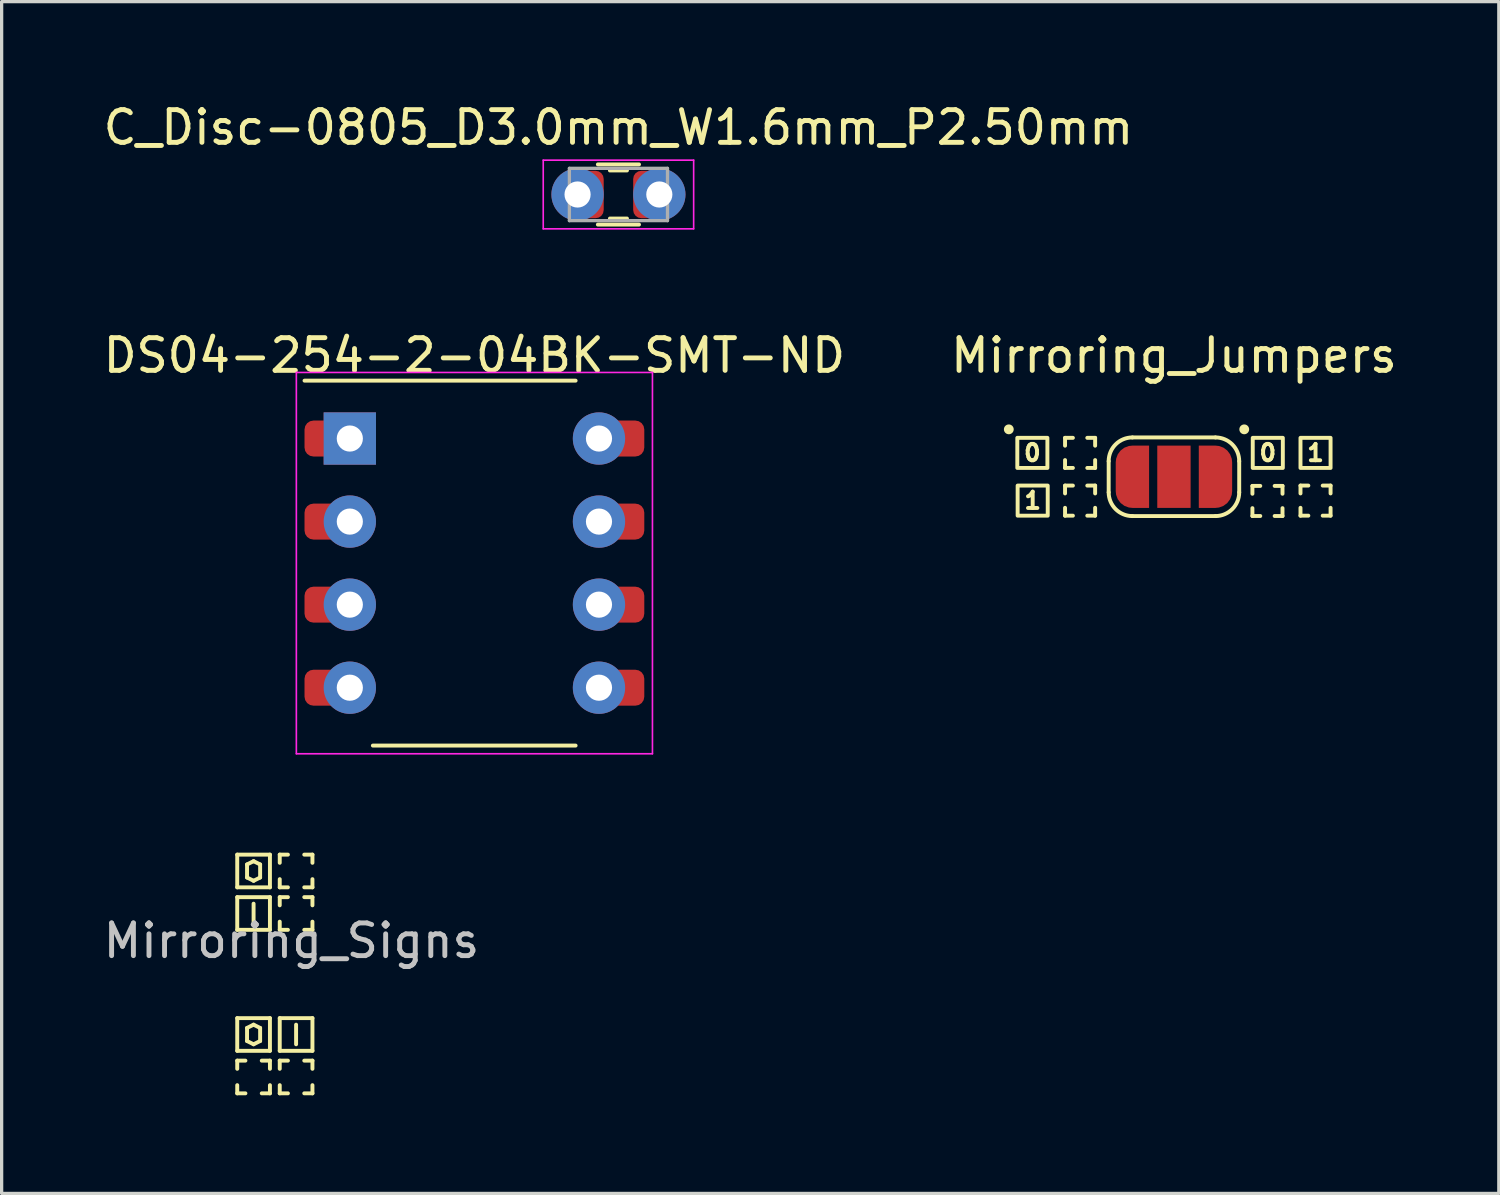
<source format=kicad_pcb>
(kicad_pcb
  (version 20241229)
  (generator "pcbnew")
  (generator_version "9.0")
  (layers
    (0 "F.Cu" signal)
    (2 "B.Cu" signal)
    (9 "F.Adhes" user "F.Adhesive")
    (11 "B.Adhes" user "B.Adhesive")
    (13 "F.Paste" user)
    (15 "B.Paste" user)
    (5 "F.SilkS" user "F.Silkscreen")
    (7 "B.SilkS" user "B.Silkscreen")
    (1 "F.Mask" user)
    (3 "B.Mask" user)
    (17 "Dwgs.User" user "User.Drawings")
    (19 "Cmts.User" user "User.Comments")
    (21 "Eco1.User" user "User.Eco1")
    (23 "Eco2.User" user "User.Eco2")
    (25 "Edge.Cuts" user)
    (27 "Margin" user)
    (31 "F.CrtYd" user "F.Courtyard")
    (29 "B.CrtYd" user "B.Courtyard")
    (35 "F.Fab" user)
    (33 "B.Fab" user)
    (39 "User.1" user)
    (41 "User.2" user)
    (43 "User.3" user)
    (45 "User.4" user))
  (footprint "DS04-254-2-04BK-SMT-ND"
    (layer "F.Cu")
    (at 11.458 14.171)
    (property "Reference" "DS04-254-2-04BK-SMT-ND" (at 0 -6.35 0) (unlocked yes) (layer "F.SilkS") (effects (font (size 1 1) (thickness 0.15))))
    (attr smd)
    (fp_line (start -3.105 5.58) (end 3.095 5.58) (stroke (width 0.12) (type solid)) (layer "F.SilkS"))
    (fp_line (start 3.095 -5.58) (end -5.195 -5.58) (stroke (width 0.12) (type solid)) (layer "F.SilkS"))
    (fp_line (start -5.445 -5.83) (end -5.445 5.83) (stroke (width 0.05) (type solid)) (layer "F.CrtYd"))
    (fp_line (start -5.445 -5.83) (end 5.445 -5.83) (stroke (width 0.05) (type solid)) (layer "F.CrtYd"))
    (fp_line (start 5.445 -5.83) (end 5.445 5.83) (stroke (width 0.05) (type solid)) (layer "F.CrtYd"))
    (fp_line (start 5.445 5.83) (end -5.445 5.83) (stroke (width 0.05) (type solid)) (layer "F.CrtYd"))
    (pad "1" smd roundrect (at -4.503 -3.81 90) (size 1.1 1.385) (layers "F.Cu" "F.Mask") (roundrect_rratio 0.25))
    (pad "1" thru_hole rect (at -3.81 -3.81) (size 1.6 1.6) (drill 0.8) (layers "*.Cu" "*.Mask"))
    (pad "2" smd roundrect (at -4.503 -1.27 90) (size 1.1 1.385) (layers "F.Cu" "F.Mask") (roundrect_rratio 0.25))
    (pad "2" thru_hole circle (at -3.81 -1.27) (size 1.6 1.6) (drill 0.8) (layers "*.Cu" "*.Mask"))
    (pad "3" smd roundrect (at -4.503 1.27 90) (size 1.1 1.385) (layers "F.Cu" "F.Mask") (roundrect_rratio 0.25))
    (pad "3" thru_hole circle (at -3.81 1.27) (size 1.6 1.6) (drill 0.8) (layers "*.Cu" "*.Mask"))
    (pad "4" smd roundrect (at -4.503 3.81 90) (size 1.1 1.385) (layers "F.Cu" "F.Mask") (roundrect_rratio 0.25))
    (pad "4" thru_hole circle (at -3.81 3.81) (size 1.6 1.6) (drill 0.8) (layers "*.Cu" "*.Mask"))
    (pad "5" thru_hole circle (at 3.81 3.81) (size 1.6 1.6) (drill 0.8) (layers "*.Cu" "*.Mask"))
    (pad "5" smd roundrect (at 4.503 3.81 90) (size 1.1 1.385) (layers "F.Cu" "F.Mask") (roundrect_rratio 0.25))
    (pad "6" thru_hole circle (at 3.81 1.27) (size 1.6 1.6) (drill 0.8) (layers "*.Cu" "*.Mask"))
    (pad "6" smd roundrect (at 4.503 1.27 90) (size 1.1 1.385) (layers "F.Cu" "F.Mask") (roundrect_rratio 0.25))
    (pad "7" thru_hole circle (at 3.81 -1.27) (size 1.6 1.6) (drill 0.8) (layers "*.Cu" "*.Mask"))
    (pad "7" smd roundrect (at 4.503 -1.27 90) (size 1.1 1.385) (layers "F.Cu" "F.Mask") (roundrect_rratio 0.25))
    (pad "8" thru_hole circle (at 3.81 -3.81) (size 1.6 1.6) (drill 0.8) (layers "*.Cu" "*.Mask"))
    (pad "8" smd roundrect (at 4.503 -3.81 90) (size 1.1 1.385) (layers "F.Cu" "F.Mask") (roundrect_rratio 0.25)))
  (footprint "C_Disc-0805_D3.0mm_W1.6mm_P2.50mm"
    (layer "F.Cu")
    (at 15.863 2.898)
    (property "Reference" "C_Disc-0805_D3.0mm_W1.6mm_P2.50mm" (at 0 -2.05 0) (layer "F.SilkS") (effects (font (size 1 1) (thickness 0.15))))
    (attr through_hole)
    (fp_line (start -0.629 -0.92) (end 0.629 -0.92) (stroke (width 0.12) (type solid)) (layer "F.SilkS"))
    (fp_line (start -0.629 0.92) (end 0.629 0.92) (stroke (width 0.12) (type solid)) (layer "F.SilkS"))
    (fp_line (start -0.261 -0.735) (end 0.261 -0.735) (stroke (width 0.12) (type solid)) (layer "F.SilkS"))
    (fp_line (start -0.261 0.735) (end 0.261 0.735) (stroke (width 0.12) (type solid)) (layer "F.SilkS"))
    (fp_line (start -2.3 -1.05) (end -2.3 1.05) (stroke (width 0.05) (type solid)) (layer "F.CrtYd"))
    (fp_line (start -2.3 1.05) (end 2.3 1.05) (stroke (width 0.05) (type solid)) (layer "F.CrtYd"))
    (fp_line (start 2.3 -1.05) (end -2.3 -1.05) (stroke (width 0.05) (type solid)) (layer "F.CrtYd"))
    (fp_line (start 2.3 1.05) (end 2.3 -1.05) (stroke (width 0.05) (type solid)) (layer "F.CrtYd"))
    (fp_line (start -1.5 -0.8) (end -1.5 0.8) (stroke (width 0.1) (type solid)) (layer "F.Fab"))
    (fp_line (start -1.5 0.8) (end 1.5 0.8) (stroke (width 0.1) (type solid)) (layer "F.Fab"))
    (fp_line (start 1.5 -0.8) (end -1.5 -0.8) (stroke (width 0.1) (type solid)) (layer "F.Fab"))
    (fp_line (start 1.5 0.8) (end 1.5 -0.8) (stroke (width 0.1) (type solid)) (layer "F.Fab"))
    (pad "1" thru_hole circle (at -1.25 0) (size 1.6 1.6) (drill 0.8) (layers "*.Cu" "*.Mask"))
    (pad "1" smd roundrect (at -1.038 0) (size 1.175 1.45) (layers "F.Cu" "F.Mask") (roundrect_rratio 0.213))
    (pad "2" smd roundrect (at 1.038 0) (size 1.175 1.45) (layers "F.Cu" "F.Mask") (roundrect_rratio 0.213))
    (pad "2" thru_hole circle (at 1.25 0) (size 1.6 1.6) (drill 0.8) (layers "*.Cu" "*.Mask")))
  (footprint "Mirroring_Jumpers"
    (layer "F.Cu")
    (at 32.851 11.53)
    (property "Reference" "Mirroring_Jumpers" (at 0 -3.708 0) (unlocked yes) (layer "F.SilkS") (effects (font (size 1 1) (thickness 0.15))))
    (attr smd)
    (fp_line (start -3.33 -1.19) (end -3.09 -1.19) (stroke (width 0.12) (type solid)) (layer "F.SilkS"))
    (fp_line (start -3.33 -0.95) (end -3.33 -1.19) (stroke (width 0.12) (type solid)) (layer "F.SilkS"))
    (fp_line (start -3.33 -0.27) (end -3.33 -0.51) (stroke (width 0.12) (type solid)) (layer "F.SilkS"))
    (fp_line (start -3.33 0.27) (end -3.09 0.27) (stroke (width 0.12) (type solid)) (layer "F.SilkS"))
    (fp_line (start -3.33 0.51) (end -3.33 0.27) (stroke (width 0.12) (type solid)) (layer "F.SilkS"))
    (fp_line (start -3.33 1.19) (end -3.33 0.95) (stroke (width 0.12) (type solid)) (layer "F.SilkS"))
    (fp_line (start -3.09 -0.27) (end -3.33 -0.27) (stroke (width 0.12) (type solid)) (layer "F.SilkS"))
    (fp_line (start -3.09 1.19) (end -3.33 1.19) (stroke (width 0.12) (type solid)) (layer "F.SilkS"))
    (fp_line (start -2.65 -1.19) (end -2.41 -1.19) (stroke (width 0.12) (type solid)) (layer "F.SilkS"))
    (fp_line (start -2.65 0.27) (end -2.41 0.27) (stroke (width 0.12) (type solid)) (layer "F.SilkS"))
    (fp_line (start -2.41 -1.19) (end -2.41 -0.95) (stroke (width 0.12) (type solid)) (layer "F.SilkS"))
    (fp_line (start -2.41 -0.51) (end -2.41 -0.27) (stroke (width 0.12) (type solid)) (layer "F.SilkS"))
    (fp_line (start -2.41 -0.27) (end -2.65 -0.27) (stroke (width 0.12) (type solid)) (layer "F.SilkS"))
    (fp_line (start -2.41 0.27) (end -2.41 0.51) (stroke (width 0.12) (type solid)) (layer "F.SilkS"))
    (fp_line (start -2.41 0.95) (end -2.41 1.19) (stroke (width 0.12) (type solid)) (layer "F.SilkS"))
    (fp_line (start -2.41 1.19) (end -2.65 1.19) (stroke (width 0.12) (type solid)) (layer "F.SilkS"))
    (fp_line (start -1.996 -0.476) (end -1.996 0.476) (stroke (width 0.12) (type solid)) (layer "F.SilkS"))
    (fp_line (start -1.27 -1.202) (end 1.27 -1.202) (stroke (width 0.12) (type solid)) (layer "F.SilkS"))
    (fp_line (start 1.27 1.202) (end -1.27 1.202) (stroke (width 0.12) (type solid)) (layer "F.SilkS"))
    (fp_line (start 1.996 0.476) (end 1.996 -0.476) (stroke (width 0.12) (type solid)) (layer "F.SilkS"))
    (fp_line (start 2.4 0.28) (end 2.64 0.28) (stroke (width 0.12) (type solid)) (layer "F.SilkS"))
    (fp_line (start 2.4 0.52) (end 2.4 0.28) (stroke (width 0.12) (type solid)) (layer "F.SilkS"))
    (fp_line (start 2.4 1.2) (end 2.4 0.96) (stroke (width 0.12) (type solid)) (layer "F.SilkS"))
    (fp_line (start 2.64 1.2) (end 2.4 1.2) (stroke (width 0.12) (type solid)) (layer "F.SilkS"))
    (fp_line (start 3.08 0.28) (end 3.32 0.28) (stroke (width 0.12) (type solid)) (layer "F.SilkS"))
    (fp_line (start 3.32 0.28) (end 3.32 0.52) (stroke (width 0.12) (type solid)) (layer "F.SilkS"))
    (fp_line (start 3.32 0.96) (end 3.32 1.2) (stroke (width 0.12) (type solid)) (layer "F.SilkS"))
    (fp_line (start 3.32 1.2) (end 3.08 1.2) (stroke (width 0.12) (type solid)) (layer "F.SilkS"))
    (fp_line (start 3.87 0.27) (end 4.11 0.27) (stroke (width 0.12) (type solid)) (layer "F.SilkS"))
    (fp_line (start 3.87 0.51) (end 3.87 0.27) (stroke (width 0.12) (type solid)) (layer "F.SilkS"))
    (fp_line (start 3.87 1.19) (end 3.87 0.95) (stroke (width 0.12) (type solid)) (layer "F.SilkS"))
    (fp_line (start 4.11 1.19) (end 3.87 1.19) (stroke (width 0.12) (type solid)) (layer "F.SilkS"))
    (fp_line (start 4.55 0.27) (end 4.79 0.27) (stroke (width 0.12) (type solid)) (layer "F.SilkS"))
    (fp_line (start 4.79 0.27) (end 4.79 0.51) (stroke (width 0.12) (type solid)) (layer "F.SilkS"))
    (fp_line (start 4.79 0.95) (end 4.79 1.19) (stroke (width 0.12) (type solid)) (layer "F.SilkS"))
    (fp_line (start 4.79 1.19) (end 4.55 1.19) (stroke (width 0.12) (type solid)) (layer "F.SilkS"))
    (fp_rect (start -4.79 -0.27) (end -3.87 -1.19) (stroke (width 0.12) (type solid)) (fill no) (layer "F.SilkS"))
    (fp_rect (start -4.78 1.19) (end -3.86 0.27) (stroke (width 0.12) (type solid)) (fill no) (layer "F.SilkS"))
    (fp_rect (start 2.41 -0.27) (end 3.33 -1.19) (stroke (width 0.12) (type solid)) (fill no) (layer "F.SilkS"))
    (fp_rect (start 3.87 -0.27) (end 4.79 -1.19) (stroke (width 0.12) (type solid)) (fill no) (layer "F.SilkS"))
    (fp_arc (start -1.996 -0.4765) (mid -1.78336 -0.98986) (end -1.27 -1.2025) (stroke (width 0.12) (type solid)) (layer "F.SilkS"))
    (fp_arc (start -1.27 1.2025) (mid -1.78336 0.98986) (end -1.996 0.4765) (stroke (width 0.12) (type solid)) (layer "F.SilkS"))
    (fp_arc (start 1.27 -1.2025) (mid 1.78336 -0.98986) (end 1.996 -0.4765) (stroke (width 0.12) (type solid)) (layer "F.SilkS"))
    (fp_arc (start 1.996 0.4765) (mid 1.78336 0.98986) (end 1.27 1.2025) (stroke (width 0.12) (type solid)) (layer "F.SilkS"))
    (fp_circle (center -5.05 -1.45) (end -4.9 -1.45) (stroke (width 0) (type solid)) (fill yes) (layer "F.SilkS"))
    (fp_circle (center 2.15 -1.45) (end 2.3 -1.45) (stroke (width 0) (type solid)) (fill yes) (layer "F.SilkS"))
    (fp_text user "1" (at -4.32 0.73 0) (unlocked yes) (layer "F.SilkS") (effects (font (size 0.5 0.5) (thickness 0.12))))
    (fp_text user "1" (at 4.33 -0.73 0) (unlocked yes) (layer "F.SilkS") (effects (font (size 0.5 0.5) (thickness 0.12))))
    (fp_text user "0" (at -4.33 -0.73 0) (unlocked yes) (layer "F.SilkS") (effects (font (size 0.5 0.5) (thickness 0.12))))
    (fp_text user "0" (at 2.87 -0.73 0) (unlocked yes) (layer "F.SilkS") (effects (font (size 0.5 0.5) (thickness 0.12))))
    (pad "1" smd roundrect (at -1.27 0) (size 1.02 1.905) (layers "F.Cu" "F.Mask") (roundrect_rratio 0.5) (chamfer_ratio 0) (chamfer top_right bottom_right))
    (pad "2" smd rect (at 0 0) (size 1.02 1.905) (layers "F.Cu" "F.Mask"))
    (pad "3" smd roundrect (at 1.27 0) (size 1.02 1.905) (layers "F.Cu" "F.Mask") (roundrect_rratio 0.5) (chamfer_ratio 0) (chamfer top_left bottom_left)))
  (footprint "Mirroring_Signs"
    (layer "F.Cu")
    (at 5.355 26.736)
    (property "Reference" "Mirroring_Signs" (at 0.508 -1.016 0) (unlocked yes) (layer "Dwgs.User") (effects (font (size 1 1) (thickness 0.15))))
    (fp_line (start -1.15 -3.65) (end -1.15 -2.65) (stroke (width 0.12) (type solid)) (layer "F.SilkS"))
    (fp_line (start -1.15 -3.65) (end -0.15 -3.65) (stroke (width 0.12) (type solid)) (layer "F.SilkS"))
    (fp_line (start -1.15 -2.35) (end -1.15 -1.35) (stroke (width 0.12) (type solid)) (layer "F.SilkS"))
    (fp_line (start -1.15 -2.35) (end -0.15 -2.35) (stroke (width 0.12) (type solid)) (layer "F.SilkS"))
    (fp_line (start -1.15 2.35) (end -1.15 1.35) (stroke (width 0.12) (type solid)) (layer "F.SilkS"))
    (fp_line (start -1.15 2.65) (end -1.15 2.9) (stroke (width 0.12) (type solid)) (layer "F.SilkS"))
    (fp_line (start -1.15 2.65) (end -0.9 2.65) (stroke (width 0.12) (type solid)) (layer "F.SilkS"))
    (fp_line (start -1.15 3.65) (end -1.15 3.4) (stroke (width 0.12) (type solid)) (layer "F.SilkS"))
    (fp_line (start -1.15 3.65) (end -0.9 3.65) (stroke (width 0.12) (type solid)) (layer "F.SilkS"))
    (fp_line (start -0.85 -3.35) (end -0.85 -2.95) (stroke (width 0.12) (type solid)) (layer "F.SilkS"))
    (fp_line (start -0.85 1.65) (end -0.85 2.05) (stroke (width 0.12) (type solid)) (layer "F.SilkS"))
    (fp_line (start -0.65 -3.45) (end -0.85 -3.35) (stroke (width 0.12) (type solid)) (layer "F.SilkS"))
    (fp_line (start -0.65 -3.45) (end -0.45 -3.35) (stroke (width 0.12) (type solid)) (layer "F.SilkS"))
    (fp_line (start -0.65 -2.85) (end -0.85 -2.95) (stroke (width 0.12) (type solid)) (layer "F.SilkS"))
    (fp_line (start -0.65 -2.85) (end -0.45 -2.95) (stroke (width 0.12) (type solid)) (layer "F.SilkS"))
    (fp_line (start -0.65 -2.15) (end -0.65 -1.55) (stroke (width 0.12) (type solid)) (layer "F.SilkS"))
    (fp_line (start -0.65 1.55) (end -0.85 1.65) (stroke (width 0.12) (type solid)) (layer "F.SilkS"))
    (fp_line (start -0.65 1.55) (end -0.45 1.65) (stroke (width 0.12) (type solid)) (layer "F.SilkS"))
    (fp_line (start -0.65 2.15) (end -0.85 2.05) (stroke (width 0.12) (type solid)) (layer "F.SilkS"))
    (fp_line (start -0.65 2.15) (end -0.45 2.05) (stroke (width 0.12) (type solid)) (layer "F.SilkS"))
    (fp_line (start -0.45 -3.35) (end -0.45 -2.95) (stroke (width 0.12) (type solid)) (layer "F.SilkS"))
    (fp_line (start -0.45 1.65) (end -0.45 2.05) (stroke (width 0.12) (type solid)) (layer "F.SilkS"))
    (fp_line (start -0.15 -3.65) (end -0.15 -2.65) (stroke (width 0.12) (type solid)) (layer "F.SilkS"))
    (fp_line (start -0.15 -2.65) (end -1.15 -2.65) (stroke (width 0.12) (type solid)) (layer "F.SilkS"))
    (fp_line (start -0.15 -2.35) (end -0.15 -1.35) (stroke (width 0.12) (type solid)) (layer "F.SilkS"))
    (fp_line (start -0.15 -1.35) (end -1.15 -1.35) (stroke (width 0.12) (type solid)) (layer "F.SilkS"))
    (fp_line (start -0.15 1.35) (end -1.15 1.35) (stroke (width 0.12) (type solid)) (layer "F.SilkS"))
    (fp_line (start -0.15 1.35) (end -0.15 2.35) (stroke (width 0.12) (type solid)) (layer "F.SilkS"))
    (fp_line (start -0.15 2.35) (end -1.15 2.35) (stroke (width 0.12) (type solid)) (layer "F.SilkS"))
    (fp_line (start -0.15 2.65) (end -0.4 2.65) (stroke (width 0.12) (type solid)) (layer "F.SilkS"))
    (fp_line (start -0.15 2.65) (end -0.15 2.9) (stroke (width 0.12) (type solid)) (layer "F.SilkS"))
    (fp_line (start -0.15 3.65) (end -0.4 3.65) (stroke (width 0.12) (type solid)) (layer "F.SilkS"))
    (fp_line (start -0.15 3.65) (end -0.15 3.4) (stroke (width 0.12) (type solid)) (layer "F.SilkS"))
    (fp_line (start 0.15 -3.65) (end 0.15 -3.4) (stroke (width 0.12) (type solid)) (layer "F.SilkS"))
    (fp_line (start 0.15 -3.65) (end 0.4 -3.65) (stroke (width 0.12) (type solid)) (layer "F.SilkS"))
    (fp_line (start 0.15 -2.65) (end 0.15 -2.9) (stroke (width 0.12) (type solid)) (layer "F.SilkS"))
    (fp_line (start 0.15 -2.65) (end 0.4 -2.65) (stroke (width 0.12) (type solid)) (layer "F.SilkS"))
    (fp_line (start 0.15 -2.35) (end 0.15 -2.1) (stroke (width 0.12) (type solid)) (layer "F.SilkS"))
    (fp_line (start 0.15 -2.35) (end 0.4 -2.35) (stroke (width 0.12) (type solid)) (layer "F.SilkS"))
    (fp_line (start 0.15 -1.35) (end 0.15 -1.6) (stroke (width 0.12) (type solid)) (layer "F.SilkS"))
    (fp_line (start 0.15 -1.35) (end 0.4 -1.35) (stroke (width 0.12) (type solid)) (layer "F.SilkS"))
    (fp_line (start 0.15 2.35) (end 0.15 1.35) (stroke (width 0.12) (type solid)) (layer "F.SilkS"))
    (fp_line (start 0.15 2.65) (end 0.15 2.9) (stroke (width 0.12) (type solid)) (layer "F.SilkS"))
    (fp_line (start 0.15 2.65) (end 0.4 2.65) (stroke (width 0.12) (type solid)) (layer "F.SilkS"))
    (fp_line (start 0.15 3.65) (end 0.15 3.4) (stroke (width 0.12) (type solid)) (layer "F.SilkS"))
    (fp_line (start 0.15 3.65) (end 0.4 3.65) (stroke (width 0.12) (type solid)) (layer "F.SilkS"))
    (fp_line (start 0.65 1.55) (end 0.65 2.15) (stroke (width 0.12) (type solid)) (layer "F.SilkS"))
    (fp_line (start 1.15 -3.65) (end 0.9 -3.65) (stroke (width 0.12) (type solid)) (layer "F.SilkS"))
    (fp_line (start 1.15 -3.65) (end 1.15 -3.4) (stroke (width 0.12) (type solid)) (layer "F.SilkS"))
    (fp_line (start 1.15 -2.65) (end 0.9 -2.65) (stroke (width 0.12) (type solid)) (layer "F.SilkS"))
    (fp_line (start 1.15 -2.65) (end 1.15 -2.9) (stroke (width 0.12) (type solid)) (layer "F.SilkS"))
    (fp_line (start 1.15 -2.35) (end 0.9 -2.35) (stroke (width 0.12) (type solid)) (layer "F.SilkS"))
    (fp_line (start 1.15 -2.35) (end 1.15 -2.1) (stroke (width 0.12) (type solid)) (layer "F.SilkS"))
    (fp_line (start 1.15 -1.35) (end 0.9 -1.35) (stroke (width 0.12) (type solid)) (layer "F.SilkS"))
    (fp_line (start 1.15 -1.35) (end 1.15 -1.6) (stroke (width 0.12) (type solid)) (layer "F.SilkS"))
    (fp_line (start 1.15 1.35) (end 0.15 1.35) (stroke (width 0.12) (type solid)) (layer "F.SilkS"))
    (fp_line (start 1.15 1.35) (end 1.15 2.35) (stroke (width 0.12) (type solid)) (layer "F.SilkS"))
    (fp_line (start 1.15 2.35) (end 0.15 2.35) (stroke (width 0.12) (type solid)) (layer "F.SilkS"))
    (fp_line (start 1.15 2.65) (end 0.9 2.65) (stroke (width 0.12) (type solid)) (layer "F.SilkS"))
    (fp_line (start 1.15 2.65) (end 1.15 2.9) (stroke (width 0.12) (type solid)) (layer "F.SilkS"))
    (fp_line (start 1.15 3.65) (end 0.9 3.65) (stroke (width 0.12) (type solid)) (layer "F.SilkS"))
    (fp_line (start 1.15 3.65) (end 1.15 3.4) (stroke (width 0.12) (type solid)) (layer "F.SilkS")))
  (gr_rect
    (start -3 -3)
    (end 42.786 33.447)
    (stroke (width 0.1) (type default))
    (fill no)
    (layer "Edge.Cuts")))
</source>
